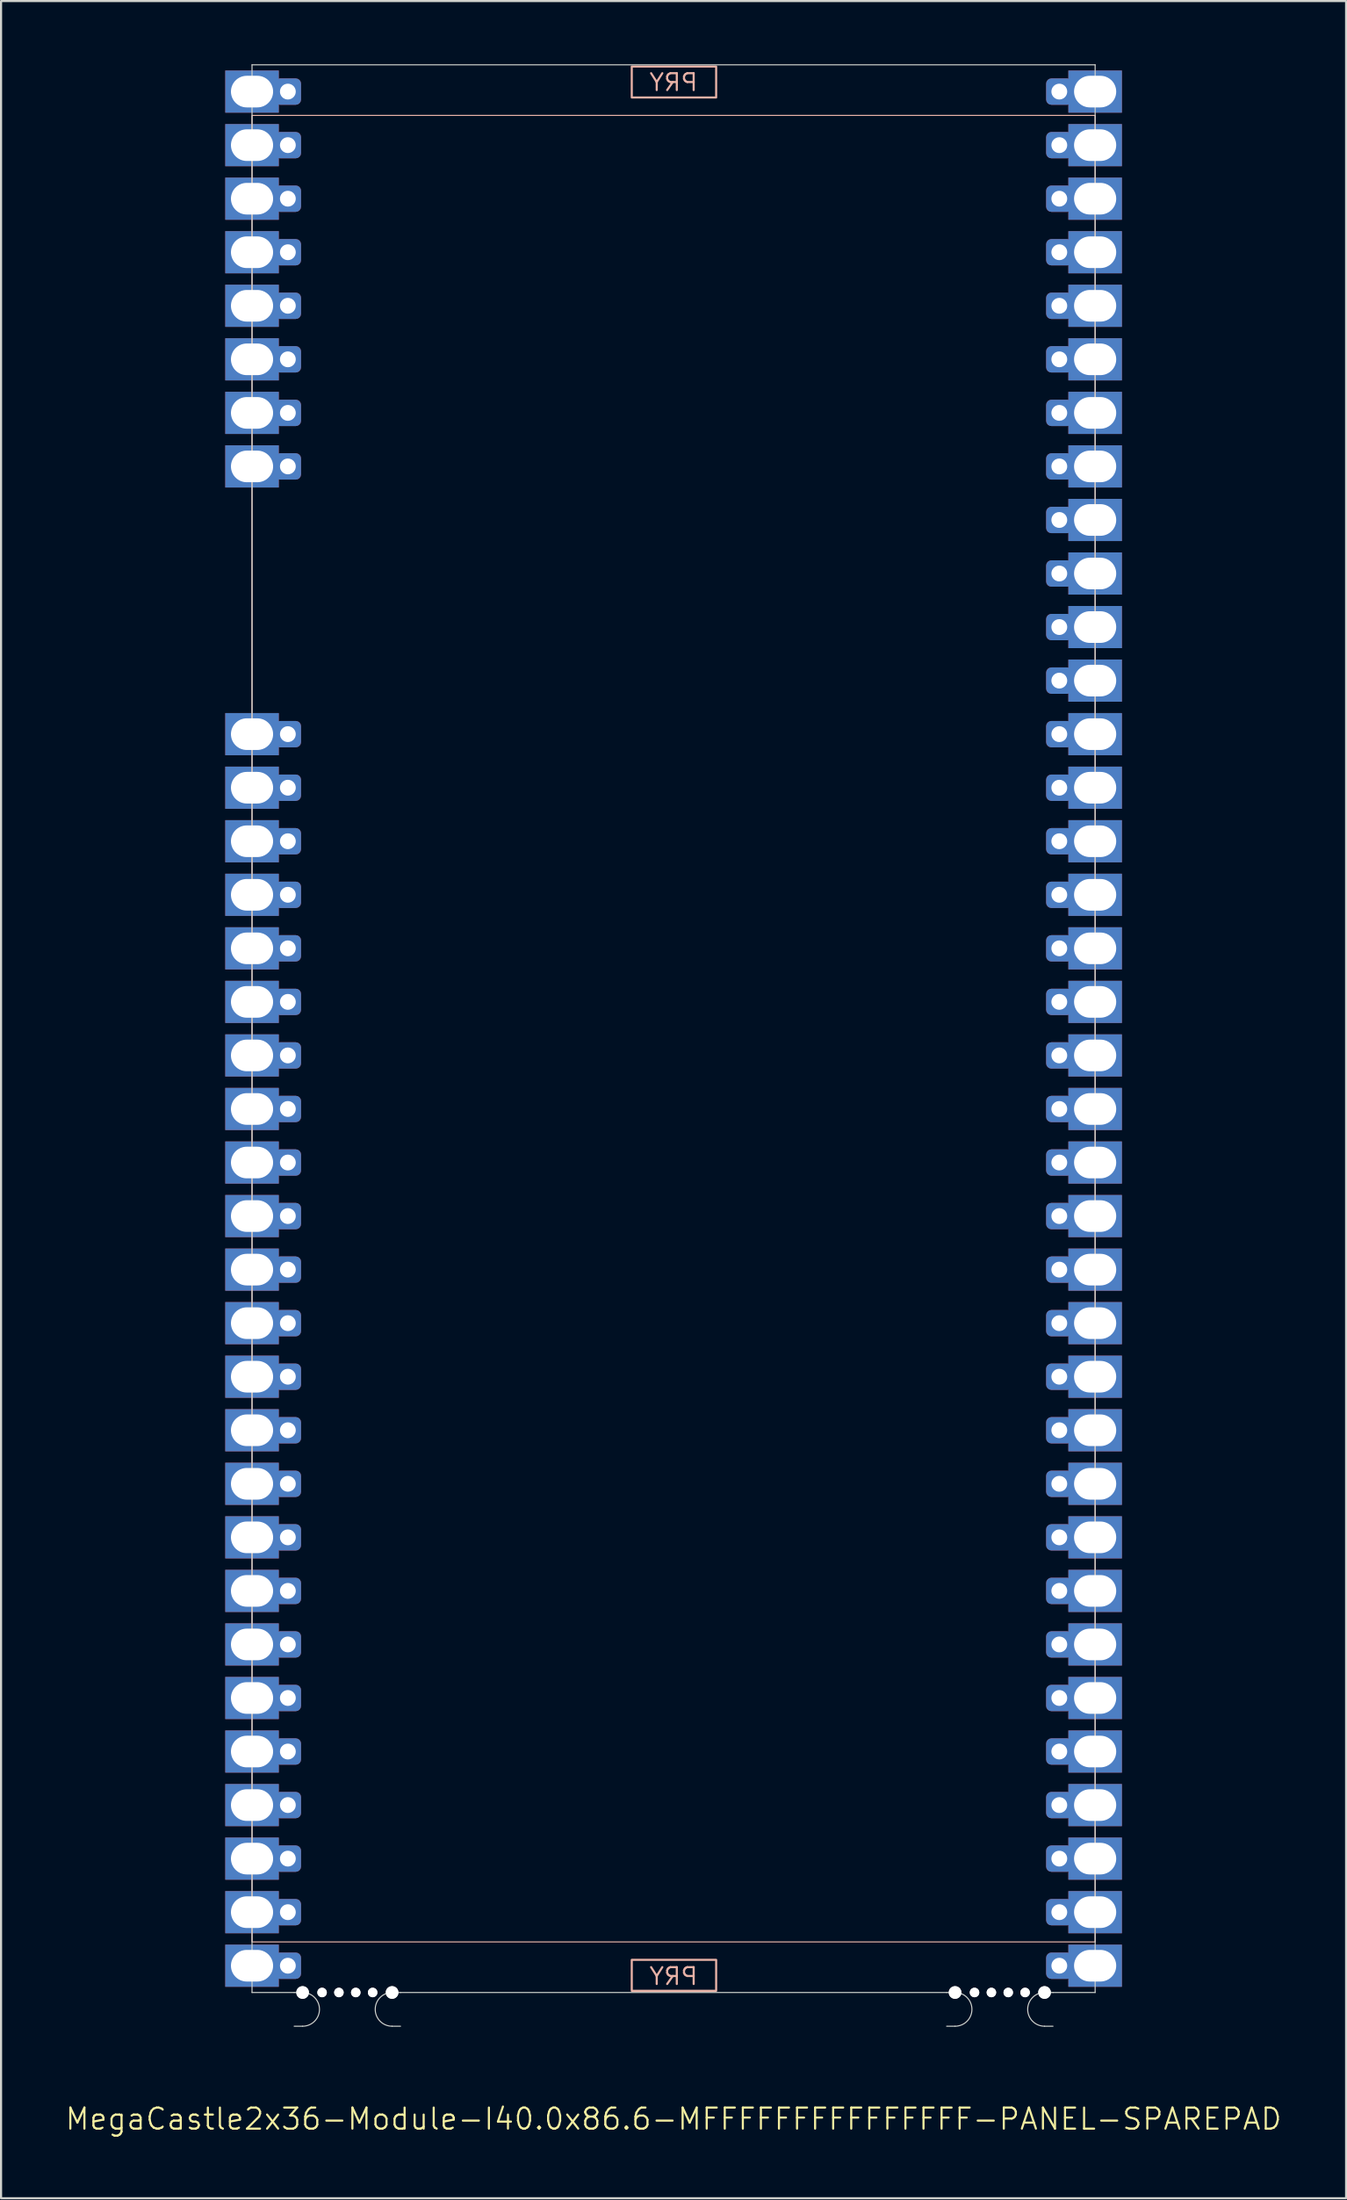
<source format=kicad_pcb>
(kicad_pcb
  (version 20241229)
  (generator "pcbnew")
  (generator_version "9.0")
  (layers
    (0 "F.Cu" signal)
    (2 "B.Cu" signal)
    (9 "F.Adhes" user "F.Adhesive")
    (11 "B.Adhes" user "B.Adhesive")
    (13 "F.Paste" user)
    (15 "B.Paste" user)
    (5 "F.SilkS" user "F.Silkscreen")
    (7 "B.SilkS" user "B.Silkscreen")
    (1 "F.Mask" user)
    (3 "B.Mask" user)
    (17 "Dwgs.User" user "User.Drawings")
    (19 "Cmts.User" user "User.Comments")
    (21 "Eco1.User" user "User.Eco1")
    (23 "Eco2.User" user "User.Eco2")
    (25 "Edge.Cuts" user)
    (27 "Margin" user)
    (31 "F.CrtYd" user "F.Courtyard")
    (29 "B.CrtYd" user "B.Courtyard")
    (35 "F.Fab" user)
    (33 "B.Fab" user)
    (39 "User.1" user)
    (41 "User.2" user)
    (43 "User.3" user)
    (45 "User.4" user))
  (footprint "MegaCastle2x36-Module-I40.0x86.6-MFFFFFFFFFFFFFFF-PANEL-SPAREPAD"
    (layer "F.Cu")
    (at 28.907 45.745)
    (property "Reference" "MegaCastle2x36-Module-I40.0x86.6-MFFFFFFFFFFFFFFF-PANEL-SPAREPAD" (at 0 51.72 0) (unlocked yes) (layer "F.SilkS") (effects (font (size 1 1) (thickness 0.1))))
    (attr smd)
    (fp_rect (start -20 43.32) (end 20 -43.32) (stroke (width 0.05) (type default)) (fill no) (layer "B.SilkS"))
    (fp_rect (start -1.984 -44.171) (end 2.02 -45.64) (stroke (width 0.1) (type default)) (fill no) (layer "B.SilkS"))
    (fp_rect (start -1.984 44.171) (end 2.02 45.64) (stroke (width 0.1) (type default)) (fill no) (layer "B.SilkS"))
    (fp_line (start -20 -45.72) (end -20 45.72) (stroke (width 0.05) (type default)) (layer "Edge.Cuts"))
    (fp_line (start -20 -45.72) (end 20 -45.72) (stroke (width 0.05) (type default)) (layer "Edge.Cuts"))
    (fp_line (start -20 45.72) (end -18 45.72) (stroke (width 0.05) (type default)) (layer "Edge.Cuts"))
    (fp_line (start -18 45.72) (end -17.6 45.72) (stroke (width 0.05) (type default)) (layer "Edge.Cuts"))
    (fp_line (start -18 47.32) (end -17.6 47.32) (stroke (width 0.05) (type default)) (layer "Edge.Cuts"))
    (fp_line (start -12.955 45.72) (end -13.355 45.72) (stroke (width 0.05) (type default)) (layer "Edge.Cuts"))
    (fp_line (start -12.955 45.72) (end 12.955 45.72) (stroke (width 0.05) (type default)) (layer "Edge.Cuts"))
    (fp_line (start -12.955 47.32) (end -13.355 47.32) (stroke (width 0.05) (type default)) (layer "Edge.Cuts"))
    (fp_line (start 12.955 45.72) (end 13.355 45.72) (stroke (width 0.05) (type default)) (layer "Edge.Cuts"))
    (fp_line (start 12.955 47.32) (end 13.355 47.32) (stroke (width 0.05) (type default)) (layer "Edge.Cuts"))
    (fp_line (start 18 45.72) (end 17.6 45.72) (stroke (width 0.05) (type default)) (layer "Edge.Cuts"))
    (fp_line (start 18 45.72) (end 20 45.72) (stroke (width 0.05) (type default)) (layer "Edge.Cuts"))
    (fp_line (start 18 47.32) (end 17.6 47.32) (stroke (width 0.05) (type default)) (layer "Edge.Cuts"))
    (fp_line (start 20 -45.72) (end 20 45.72) (stroke (width 0.05) (type default)) (layer "Edge.Cuts"))
    (fp_arc (start -17.6 45.720001) (mid -16.799999 46.52) (end -17.6 47.32) (stroke (width 0.05) (type default)) (layer "Edge.Cuts"))
    (fp_arc (start -13.355 47.32) (mid -14.154999 46.520001) (end -13.355 45.720001) (stroke (width 0.05) (type default)) (layer "Edge.Cuts"))
    (fp_arc (start 13.355001 45.720001) (mid 14.155002 46.52) (end 13.355001 47.32) (stroke (width 0.05) (type default)) (layer "Edge.Cuts"))
    (fp_arc (start 17.600002 47.32) (mid 16.8 46.52) (end 17.600002 45.720001) (stroke (width 0.05) (type default)) (layer "Edge.Cuts"))
    (fp_text user "PRY" (at 0 -44.42 0) (unlocked yes) (layer "B.SilkS") (effects (font (size 0.8 0.8) (thickness 0.1)) (justify bottom mirror)))
    (fp_text user "PRY" (at 0 45.42 0) (unlocked yes) (layer "B.SilkS") (effects (font (size 0.8 0.8) (thickness 0.1)) (justify bottom mirror)))
    (pad "" np_thru_hole circle (at -17.6 45.72) (size 0.6 0.6) (drill 0.6) (layers "*.Cu" "Edge.Cuts"))
    (pad "" np_thru_hole circle (at -16.677 45.72) (size 0.45 0.45) (drill 0.45) (layers "*.Cu" "Edge.Cuts"))
    (pad "" np_thru_hole circle (at -15.878 45.72) (size 0.45 0.45) (drill 0.45) (layers "*.Cu" "Edge.Cuts"))
    (pad "" np_thru_hole circle (at -15.078 45.72) (size 0.45 0.45) (drill 0.45) (layers "*.Cu" "Edge.Cuts"))
    (pad "" np_thru_hole circle (at -14.277 45.72) (size 0.45 0.45) (drill 0.45) (layers "*.Cu" "Edge.Cuts"))
    (pad "" np_thru_hole circle (at -13.355 45.72) (size 0.6 0.6) (drill 0.6) (layers "*.Cu" "Edge.Cuts"))
    (pad "" np_thru_hole circle (at 13.355 45.72) (size 0.6 0.6) (drill 0.6) (layers "*.Cu" "Edge.Cuts"))
    (pad "" np_thru_hole circle (at 14.278 45.72) (size 0.45 0.45) (drill 0.45) (layers "*.Cu" "Edge.Cuts"))
    (pad "" np_thru_hole circle (at 15.078 45.72) (size 0.45 0.45) (drill 0.45) (layers "*.Cu" "Edge.Cuts"))
    (pad "" np_thru_hole circle (at 15.878 45.72) (size 0.45 0.45) (drill 0.45) (layers "*.Cu" "Edge.Cuts"))
    (pad "" np_thru_hole circle (at 16.678 45.72) (size 0.45 0.45) (drill 0.45) (layers "*.Cu" "Edge.Cuts"))
    (pad "" np_thru_hole circle (at 17.6 45.72) (size 0.6 0.6) (drill 0.6) (layers "*.Cu" "Edge.Cuts"))
    (pad "1" thru_hole rect (at -20 -44.45) (size 2.54 2) (drill oval 2 1.5) (property pad_prop_castellated) (layers "*.Cu" "*.Mask"))
    (pad "1" thru_hole roundrect (at -18.3 -44.45 180) (size 1.25 1.25) (drill 0.75) (layers "*.Cu" "*.Mask") (roundrect_rratio 0.2))
    (pad "2" thru_hole rect (at -20 -41.91) (size 2.54 2) (drill oval 2 1.5) (property pad_prop_castellated) (layers "*.Cu" "*.Mask"))
    (pad "2" thru_hole roundrect (at -18.3 -41.91 180) (size 1.25 1.25) (drill 0.75) (layers "*.Cu" "*.Mask") (roundrect_rratio 0.2))
    (pad "3" thru_hole rect (at -20 -39.37) (size 2.54 2) (drill oval 2 1.5) (property pad_prop_castellated) (layers "*.Cu" "*.Mask"))
    (pad "3" thru_hole roundrect (at -18.3 -39.37 180) (size 1.25 1.25) (drill 0.75) (layers "*.Cu" "*.Mask") (roundrect_rratio 0.2))
    (pad "4" thru_hole rect (at -20 -36.83) (size 2.54 2) (drill oval 2 1.5) (property pad_prop_castellated) (layers "*.Cu" "*.Mask"))
    (pad "4" thru_hole roundrect (at -18.3 -36.83 180) (size 1.25 1.25) (drill 0.75) (layers "*.Cu" "*.Mask") (roundrect_rratio 0.2))
    (pad "5" thru_hole rect (at -20 -34.29) (size 2.54 2) (drill oval 2 1.5) (property pad_prop_castellated) (layers "*.Cu" "*.Mask"))
    (pad "5" thru_hole roundrect (at -18.3 -34.29 180) (size 1.25 1.25) (drill 0.75) (layers "*.Cu" "*.Mask") (roundrect_rratio 0.2))
    (pad "6" thru_hole rect (at -20 -31.75) (size 2.54 2) (drill oval 2 1.5) (property pad_prop_castellated) (layers "*.Cu" "*.Mask"))
    (pad "6" thru_hole roundrect (at -18.3 -31.75 180) (size 1.25 1.25) (drill 0.75) (layers "*.Cu" "*.Mask") (roundrect_rratio 0.2))
    (pad "7" thru_hole rect (at -20 -29.21) (size 2.54 2) (drill oval 2 1.5) (property pad_prop_castellated) (layers "*.Cu" "*.Mask"))
    (pad "7" thru_hole roundrect (at -18.3 -29.21 180) (size 1.25 1.25) (drill 0.75) (layers "*.Cu" "*.Mask") (roundrect_rratio 0.2))
    (pad "8" thru_hole rect (at -20 -26.67) (size 2.54 2) (drill oval 2 1.5) (property pad_prop_castellated) (layers "*.Cu" "*.Mask"))
    (pad "8" thru_hole roundrect (at -18.3 -26.67 180) (size 1.25 1.25) (drill 0.75) (layers "*.Cu" "*.Mask") (roundrect_rratio 0.2))
    (pad "13" thru_hole rect (at -20 -13.97) (size 2.54 2) (drill oval 2 1.5) (property pad_prop_castellated) (layers "*.Cu" "*.Mask"))
    (pad "13" thru_hole roundrect (at -18.3 -13.97 180) (size 1.25 1.25) (drill 0.75) (layers "*.Cu" "*.Mask") (roundrect_rratio 0.2))
    (pad "14" thru_hole rect (at -20 -11.43) (size 2.54 2) (drill oval 2 1.5) (property pad_prop_castellated) (layers "*.Cu" "*.Mask"))
    (pad "14" thru_hole roundrect (at -18.3 -11.43 180) (size 1.25 1.25) (drill 0.75) (layers "*.Cu" "*.Mask") (roundrect_rratio 0.2))
    (pad "15" thru_hole rect (at -20 -8.89) (size 2.54 2) (drill oval 2 1.5) (property pad_prop_castellated) (layers "*.Cu" "*.Mask"))
    (pad "15" thru_hole roundrect (at -18.3 -8.89 180) (size 1.25 1.25) (drill 0.75) (layers "*.Cu" "*.Mask") (roundrect_rratio 0.2))
    (pad "16" thru_hole rect (at -20 -6.35) (size 2.54 2) (drill oval 2 1.5) (property pad_prop_castellated) (layers "*.Cu" "*.Mask"))
    (pad "16" thru_hole roundrect (at -18.3 -6.35 180) (size 1.25 1.25) (drill 0.75) (layers "*.Cu" "*.Mask") (roundrect_rratio 0.2))
    (pad "17" thru_hole rect (at -20 -3.81) (size 2.54 2) (drill oval 2 1.5) (property pad_prop_castellated) (layers "*.Cu" "*.Mask"))
    (pad "17" thru_hole roundrect (at -18.3 -3.81 180) (size 1.25 1.25) (drill 0.75) (layers "*.Cu" "*.Mask") (roundrect_rratio 0.2))
    (pad "18" thru_hole rect (at -20 -1.27) (size 2.54 2) (drill oval 2 1.5) (property pad_prop_castellated) (layers "*.Cu" "*.Mask"))
    (pad "18" thru_hole roundrect (at -18.3 -1.27 180) (size 1.25 1.25) (drill 0.75) (layers "*.Cu" "*.Mask") (roundrect_rratio 0.2))
    (pad "19" thru_hole rect (at -20 1.27) (size 2.54 2) (drill oval 2 1.5) (property pad_prop_castellated) (layers "*.Cu" "*.Mask"))
    (pad "19" thru_hole roundrect (at -18.3 1.27 180) (size 1.25 1.25) (drill 0.75) (layers "*.Cu" "*.Mask") (roundrect_rratio 0.2))
    (pad "20" thru_hole rect (at -20 3.81) (size 2.54 2) (drill oval 2 1.5) (property pad_prop_castellated) (layers "*.Cu" "*.Mask"))
    (pad "20" thru_hole roundrect (at -18.3 3.81 180) (size 1.25 1.25) (drill 0.75) (layers "*.Cu" "*.Mask") (roundrect_rratio 0.2))
    (pad "21" thru_hole rect (at -20 6.35) (size 2.54 2) (drill oval 2 1.5) (property pad_prop_castellated) (layers "*.Cu" "*.Mask"))
    (pad "21" thru_hole roundrect (at -18.3 6.35 180) (size 1.25 1.25) (drill 0.75) (layers "*.Cu" "*.Mask") (roundrect_rratio 0.2))
    (pad "22" thru_hole rect (at -20 8.89) (size 2.54 2) (drill oval 2 1.5) (property pad_prop_castellated) (layers "*.Cu" "*.Mask"))
    (pad "22" thru_hole roundrect (at -18.3 8.89 180) (size 1.25 1.25) (drill 0.75) (layers "*.Cu" "*.Mask") (roundrect_rratio 0.2))
    (pad "23" thru_hole rect (at -20 11.43) (size 2.54 2) (drill oval 2 1.5) (property pad_prop_castellated) (layers "*.Cu" "*.Mask"))
    (pad "23" thru_hole roundrect (at -18.3 11.43 180) (size 1.25 1.25) (drill 0.75) (layers "*.Cu" "*.Mask") (roundrect_rratio 0.2))
    (pad "24" thru_hole rect (at -20 13.97) (size 2.54 2) (drill oval 2 1.5) (property pad_prop_castellated) (layers "*.Cu" "*.Mask"))
    (pad "24" thru_hole roundrect (at -18.3 13.97 180) (size 1.25 1.25) (drill 0.75) (layers "*.Cu" "*.Mask") (roundrect_rratio 0.2))
    (pad "25" thru_hole rect (at -20 16.51) (size 2.54 2) (drill oval 2 1.5) (property pad_prop_castellated) (layers "*.Cu" "*.Mask"))
    (pad "25" thru_hole roundrect (at -18.3 16.51 180) (size 1.25 1.25) (drill 0.75) (layers "*.Cu" "*.Mask") (roundrect_rratio 0.2))
    (pad "26" thru_hole rect (at -20 19.05) (size 2.54 2) (drill oval 2 1.5) (property pad_prop_castellated) (layers "*.Cu" "*.Mask"))
    (pad "26" thru_hole roundrect (at -18.3 19.05 180) (size 1.25 1.25) (drill 0.75) (layers "*.Cu" "*.Mask") (roundrect_rratio 0.2))
    (pad "27" thru_hole rect (at -20 21.59) (size 2.54 2) (drill oval 2 1.5) (property pad_prop_castellated) (layers "*.Cu" "*.Mask"))
    (pad "27" thru_hole roundrect (at -18.3 21.59 180) (size 1.25 1.25) (drill 0.75) (layers "*.Cu" "*.Mask") (roundrect_rratio 0.2))
    (pad "28" thru_hole rect (at -20 24.13) (size 2.54 2) (drill oval 2 1.5) (property pad_prop_castellated) (layers "*.Cu" "*.Mask"))
    (pad "28" thru_hole roundrect (at -18.3 24.13 180) (size 1.25 1.25) (drill 0.75) (layers "*.Cu" "*.Mask") (roundrect_rratio 0.2))
    (pad "29" thru_hole rect (at -20 26.67) (size 2.54 2) (drill oval 2 1.5) (property pad_prop_castellated) (layers "*.Cu" "*.Mask"))
    (pad "29" thru_hole roundrect (at -18.3 26.67 180) (size 1.25 1.25) (drill 0.75) (layers "*.Cu" "*.Mask") (roundrect_rratio 0.2))
    (pad "30" thru_hole rect (at -20 29.21) (size 2.54 2) (drill oval 2 1.5) (property pad_prop_castellated) (layers "*.Cu" "*.Mask"))
    (pad "30" thru_hole roundrect (at -18.3 29.21 180) (size 1.25 1.25) (drill 0.75) (layers "*.Cu" "*.Mask") (roundrect_rratio 0.2))
    (pad "31" thru_hole rect (at -20 31.75) (size 2.54 2) (drill oval 2 1.5) (property pad_prop_castellated) (layers "*.Cu" "*.Mask"))
    (pad "31" thru_hole roundrect (at -18.3 31.75 180) (size 1.25 1.25) (drill 0.75) (layers "*.Cu" "*.Mask") (roundrect_rratio 0.2))
    (pad "32" thru_hole rect (at -20 34.29) (size 2.54 2) (drill oval 2 1.5) (property pad_prop_castellated) (layers "*.Cu" "*.Mask"))
    (pad "32" thru_hole roundrect (at -18.3 34.29 180) (size 1.25 1.25) (drill 0.75) (layers "*.Cu" "*.Mask") (roundrect_rratio 0.2))
    (pad "33" thru_hole rect (at -20 36.83) (size 2.54 2) (drill oval 2 1.5) (property pad_prop_castellated) (layers "*.Cu" "*.Mask"))
    (pad "33" thru_hole roundrect (at -18.3 36.83 180) (size 1.25 1.25) (drill 0.75) (layers "*.Cu" "*.Mask") (roundrect_rratio 0.2))
    (pad "34" thru_hole rect (at -20 39.37) (size 2.54 2) (drill oval 2 1.5) (property pad_prop_castellated) (layers "*.Cu" "*.Mask"))
    (pad "34" thru_hole roundrect (at -18.3 39.37 180) (size 1.25 1.25) (drill 0.75) (layers "*.Cu" "*.Mask") (roundrect_rratio 0.2))
    (pad "35" thru_hole rect (at -20 41.91) (size 2.54 2) (drill oval 2 1.5) (property pad_prop_castellated) (layers "*.Cu" "*.Mask"))
    (pad "35" thru_hole roundrect (at -18.3 41.91 180) (size 1.25 1.25) (drill 0.75) (layers "*.Cu" "*.Mask") (roundrect_rratio 0.2))
    (pad "36" thru_hole rect (at -20 44.45) (size 2.54 2) (drill oval 2 1.5) (property pad_prop_castellated) (layers "*.Cu" "*.Mask"))
    (pad "36" thru_hole roundrect (at -18.3 44.45 180) (size 1.25 1.25) (drill 0.75) (layers "*.Cu" "*.Mask") (roundrect_rratio 0.2))
    (pad "37" thru_hole roundrect (at 18.3 -44.45 180) (size 1.25 1.25) (drill 0.75) (layers "*.Cu" "*.Mask") (roundrect_rratio 0.2))
    (pad "37" thru_hole rect (at 20 -44.45) (size 2.54 2) (drill oval 2 1.5) (property pad_prop_castellated) (layers "*.Cu" "*.Mask"))
    (pad "38" thru_hole roundrect (at 18.3 -41.91 180) (size 1.25 1.25) (drill 0.75) (layers "*.Cu" "*.Mask") (roundrect_rratio 0.2))
    (pad "38" thru_hole rect (at 20 -41.91) (size 2.54 2) (drill oval 2 1.5) (property pad_prop_castellated) (layers "*.Cu" "*.Mask"))
    (pad "39" thru_hole roundrect (at 18.3 -39.37 180) (size 1.25 1.25) (drill 0.75) (layers "*.Cu" "*.Mask") (roundrect_rratio 0.2))
    (pad "39" thru_hole rect (at 20 -39.37) (size 2.54 2) (drill oval 2 1.5) (property pad_prop_castellated) (layers "*.Cu" "*.Mask"))
    (pad "40" thru_hole roundrect (at 18.3 -36.83 180) (size 1.25 1.25) (drill 0.75) (layers "*.Cu" "*.Mask") (roundrect_rratio 0.2))
    (pad "40" thru_hole rect (at 20 -36.83) (size 2.54 2) (drill oval 2 1.5) (property pad_prop_castellated) (layers "*.Cu" "*.Mask"))
    (pad "41" thru_hole roundrect (at 18.3 -34.29 180) (size 1.25 1.25) (drill 0.75) (layers "*.Cu" "*.Mask") (roundrect_rratio 0.2))
    (pad "41" thru_hole rect (at 20 -34.29) (size 2.54 2) (drill oval 2 1.5) (property pad_prop_castellated) (layers "*.Cu" "*.Mask"))
    (pad "42" thru_hole roundrect (at 18.3 -31.75 180) (size 1.25 1.25) (drill 0.75) (layers "*.Cu" "*.Mask") (roundrect_rratio 0.2))
    (pad "42" thru_hole rect (at 20 -31.75) (size 2.54 2) (drill oval 2 1.5) (property pad_prop_castellated) (layers "*.Cu" "*.Mask"))
    (pad "43" thru_hole roundrect (at 18.3 -29.21 180) (size 1.25 1.25) (drill 0.75) (layers "*.Cu" "*.Mask") (roundrect_rratio 0.2))
    (pad "43" thru_hole rect (at 20 -29.21) (size 2.54 2) (drill oval 2 1.5) (property pad_prop_castellated) (layers "*.Cu" "*.Mask"))
    (pad "44" thru_hole roundrect (at 18.3 -26.67 180) (size 1.25 1.25) (drill 0.75) (layers "*.Cu" "*.Mask") (roundrect_rratio 0.2))
    (pad "44" thru_hole rect (at 20 -26.67) (size 2.54 2) (drill oval 2 1.5) (property pad_prop_castellated) (layers "*.Cu" "*.Mask"))
    (pad "45" thru_hole roundrect (at 18.3 -24.13 180) (size 1.25 1.25) (drill 0.75) (layers "*.Cu" "*.Mask") (roundrect_rratio 0.2))
    (pad "45" thru_hole rect (at 20 -24.13) (size 2.54 2) (drill oval 2 1.5) (property pad_prop_castellated) (layers "*.Cu" "*.Mask"))
    (pad "46" thru_hole roundrect (at 18.3 -21.59 180) (size 1.25 1.25) (drill 0.75) (layers "*.Cu" "*.Mask") (roundrect_rratio 0.2))
    (pad "46" thru_hole rect (at 20 -21.59) (size 2.54 2) (drill oval 2 1.5) (property pad_prop_castellated) (layers "*.Cu" "*.Mask"))
    (pad "47" thru_hole roundrect (at 18.3 -19.05 180) (size 1.25 1.25) (drill 0.75) (layers "*.Cu" "*.Mask") (roundrect_rratio 0.2))
    (pad "47" thru_hole rect (at 20 -19.05) (size 2.54 2) (drill oval 2 1.5) (property pad_prop_castellated) (layers "*.Cu" "*.Mask"))
    (pad "48" thru_hole roundrect (at 18.3 -16.51 180) (size 1.25 1.25) (drill 0.75) (layers "*.Cu" "*.Mask") (roundrect_rratio 0.2))
    (pad "48" thru_hole rect (at 20 -16.51) (size 2.54 2) (drill oval 2 1.5) (property pad_prop_castellated) (layers "*.Cu" "*.Mask"))
    (pad "49" thru_hole roundrect (at 18.3 -13.97 180) (size 1.25 1.25) (drill 0.75) (layers "*.Cu" "*.Mask") (roundrect_rratio 0.2))
    (pad "49" thru_hole rect (at 20 -13.97) (size 2.54 2) (drill oval 2 1.5) (property pad_prop_castellated) (layers "*.Cu" "*.Mask"))
    (pad "50" thru_hole roundrect (at 18.3 -11.43 180) (size 1.25 1.25) (drill 0.75) (layers "*.Cu" "*.Mask") (roundrect_rratio 0.2))
    (pad "50" thru_hole rect (at 20 -11.43) (size 2.54 2) (drill oval 2 1.5) (property pad_prop_castellated) (layers "*.Cu" "*.Mask"))
    (pad "51" thru_hole roundrect (at 18.3 -8.89 180) (size 1.25 1.25) (drill 0.75) (layers "*.Cu" "*.Mask") (roundrect_rratio 0.2))
    (pad "51" thru_hole rect (at 20 -8.89) (size 2.54 2) (drill oval 2 1.5) (property pad_prop_castellated) (layers "*.Cu" "*.Mask"))
    (pad "52" thru_hole roundrect (at 18.3 -6.35 180) (size 1.25 1.25) (drill 0.75) (layers "*.Cu" "*.Mask") (roundrect_rratio 0.2))
    (pad "52" thru_hole rect (at 20 -6.35) (size 2.54 2) (drill oval 2 1.5) (property pad_prop_castellated) (layers "*.Cu" "*.Mask"))
    (pad "53" thru_hole roundrect (at 18.3 -3.81 180) (size 1.25 1.25) (drill 0.75) (layers "*.Cu" "*.Mask") (roundrect_rratio 0.2))
    (pad "53" thru_hole rect (at 20 -3.81) (size 2.54 2) (drill oval 2 1.5) (property pad_prop_castellated) (layers "*.Cu" "*.Mask"))
    (pad "54" thru_hole roundrect (at 18.3 -1.27 180) (size 1.25 1.25) (drill 0.75) (layers "*.Cu" "*.Mask") (roundrect_rratio 0.2))
    (pad "54" thru_hole rect (at 20 -1.27) (size 2.54 2) (drill oval 2 1.5) (property pad_prop_castellated) (layers "*.Cu" "*.Mask"))
    (pad "55" thru_hole roundrect (at 18.3 1.27 180) (size 1.25 1.25) (drill 0.75) (layers "*.Cu" "*.Mask") (roundrect_rratio 0.2))
    (pad "55" thru_hole rect (at 20 1.27) (size 2.54 2) (drill oval 2 1.5) (property pad_prop_castellated) (layers "*.Cu" "*.Mask"))
    (pad "56" thru_hole roundrect (at 18.3 3.81 180) (size 1.25 1.25) (drill 0.75) (layers "*.Cu" "*.Mask") (roundrect_rratio 0.2))
    (pad "56" thru_hole rect (at 20 3.81) (size 2.54 2) (drill oval 2 1.5) (property pad_prop_castellated) (layers "*.Cu" "*.Mask"))
    (pad "57" thru_hole roundrect (at 18.3 6.35 180) (size 1.25 1.25) (drill 0.75) (layers "*.Cu" "*.Mask") (roundrect_rratio 0.2))
    (pad "57" thru_hole rect (at 20 6.35) (size 2.54 2) (drill oval 2 1.5) (property pad_prop_castellated) (layers "*.Cu" "*.Mask"))
    (pad "58" thru_hole roundrect (at 18.3 8.89 180) (size 1.25 1.25) (drill 0.75) (layers "*.Cu" "*.Mask") (roundrect_rratio 0.2))
    (pad "58" thru_hole rect (at 20 8.89) (size 2.54 2) (drill oval 2 1.5) (property pad_prop_castellated) (layers "*.Cu" "*.Mask"))
    (pad "59" thru_hole roundrect (at 18.3 11.43 180) (size 1.25 1.25) (drill 0.75) (layers "*.Cu" "*.Mask") (roundrect_rratio 0.2))
    (pad "59" thru_hole rect (at 20 11.43) (size 2.54 2) (drill oval 2 1.5) (property pad_prop_castellated) (layers "*.Cu" "*.Mask"))
    (pad "60" thru_hole roundrect (at 18.3 13.97 180) (size 1.25 1.25) (drill 0.75) (layers "*.Cu" "*.Mask") (roundrect_rratio 0.2))
    (pad "60" thru_hole rect (at 20 13.97) (size 2.54 2) (drill oval 2 1.5) (property pad_prop_castellated) (layers "*.Cu" "*.Mask"))
    (pad "61" thru_hole roundrect (at 18.3 16.51 180) (size 1.25 1.25) (drill 0.75) (layers "*.Cu" "*.Mask") (roundrect_rratio 0.2))
    (pad "61" thru_hole rect (at 20 16.51) (size 2.54 2) (drill oval 2 1.5) (property pad_prop_castellated) (layers "*.Cu" "*.Mask"))
    (pad "62" thru_hole roundrect (at 18.3 19.05 180) (size 1.25 1.25) (drill 0.75) (layers "*.Cu" "*.Mask") (roundrect_rratio 0.2))
    (pad "62" thru_hole rect (at 20 19.05) (size 2.54 2) (drill oval 2 1.5) (property pad_prop_castellated) (layers "*.Cu" "*.Mask"))
    (pad "63" thru_hole roundrect (at 18.3 21.59 180) (size 1.25 1.25) (drill 0.75) (layers "*.Cu" "*.Mask") (roundrect_rratio 0.2))
    (pad "63" thru_hole rect (at 20 21.59) (size 2.54 2) (drill oval 2 1.5) (property pad_prop_castellated) (layers "*.Cu" "*.Mask"))
    (pad "64" thru_hole roundrect (at 18.3 24.13 180) (size 1.25 1.25) (drill 0.75) (layers "*.Cu" "*.Mask") (roundrect_rratio 0.2))
    (pad "64" thru_hole rect (at 20 24.13) (size 2.54 2) (drill oval 2 1.5) (property pad_prop_castellated) (layers "*.Cu" "*.Mask"))
    (pad "65" thru_hole roundrect (at 18.3 26.67 180) (size 1.25 1.25) (drill 0.75) (layers "*.Cu" "*.Mask") (roundrect_rratio 0.2))
    (pad "65" thru_hole rect (at 20 26.67) (size 2.54 2) (drill oval 2 1.5) (property pad_prop_castellated) (layers "*.Cu" "*.Mask"))
    (pad "66" thru_hole roundrect (at 18.3 29.21 180) (size 1.25 1.25) (drill 0.75) (layers "*.Cu" "*.Mask") (roundrect_rratio 0.2))
    (pad "66" thru_hole rect (at 20 29.21) (size 2.54 2) (drill oval 2 1.5) (property pad_prop_castellated) (layers "*.Cu" "*.Mask"))
    (pad "67" thru_hole roundrect (at 18.3 31.75 180) (size 1.25 1.25) (drill 0.75) (layers "*.Cu" "*.Mask") (roundrect_rratio 0.2))
    (pad "67" thru_hole rect (at 20 31.75) (size 2.54 2) (drill oval 2 1.5) (property pad_prop_castellated) (layers "*.Cu" "*.Mask"))
    (pad "68" thru_hole roundrect (at 18.3 34.29 180) (size 1.25 1.25) (drill 0.75) (layers "*.Cu" "*.Mask") (roundrect_rratio 0.2))
    (pad "68" thru_hole rect (at 20 34.29) (size 2.54 2) (drill oval 2 1.5) (property pad_prop_castellated) (layers "*.Cu" "*.Mask"))
    (pad "69" thru_hole roundrect (at 18.3 36.83 180) (size 1.25 1.25) (drill 0.75) (layers "*.Cu" "*.Mask") (roundrect_rratio 0.2))
    (pad "69" thru_hole rect (at 20 36.83) (size 2.54 2) (drill oval 2 1.5) (property pad_prop_castellated) (layers "*.Cu" "*.Mask"))
    (pad "70" thru_hole roundrect (at 18.3 39.37 180) (size 1.25 1.25) (drill 0.75) (layers "*.Cu" "*.Mask") (roundrect_rratio 0.2))
    (pad "70" thru_hole rect (at 20 39.37) (size 2.54 2) (drill oval 2 1.5) (property pad_prop_castellated) (layers "*.Cu" "*.Mask"))
    (pad "71" thru_hole roundrect (at 18.3 41.91 180) (size 1.25 1.25) (drill 0.75) (layers "*.Cu" "*.Mask") (roundrect_rratio 0.2))
    (pad "71" thru_hole rect (at 20 41.91) (size 2.54 2) (drill oval 2 1.5) (property pad_prop_castellated) (layers "*.Cu" "*.Mask"))
    (pad "72" thru_hole roundrect (at 18.3 44.45 180) (size 1.25 1.25) (drill 0.75) (layers "*.Cu" "*.Mask") (roundrect_rratio 0.2))
    (pad "72" thru_hole rect (at 20 44.45) (size 2.54 2) (drill oval 2 1.5) (property pad_prop_castellated) (layers "*.Cu" "*.Mask"))
    (zone (net_name "") (layer "B.Cu") (hatch edge 0.5) (connect_pads) (min_thickness 0.25) (filled_areas_thickness no) (keepout (tracks allowed) (vias allowed) (pads allowed) (copperpour allowed) (footprints not_allowed)) (placement (enabled no)) (fill) (polygon (pts (xy 8.907 91.465) (xy 8.907 0.025))))
    (zone (net_name "") (layer "B.Cu") (hatch edge 0.5) (connect_pads) (min_thickness 0.25) (filled_areas_thickness no) (keepout (tracks allowed) (vias allowed) (pads allowed) (copperpour allowed) (footprints not_allowed)) (placement (enabled no)) (fill) (polygon (pts (xy 48.907 91.465) (xy 48.907 0.025))))
    (zone (net_name "") (layer "B.Cu") (hatch edge 0.5) (connect_pads) (min_thickness 0.25) (filled_areas_thickness no) (keepout (tracks allowed) (vias allowed) (pads allowed) (copperpour allowed) (footprints not_allowed)) (placement (enabled no)) (fill) (polygon (pts (xy 8.907 0.025) (xy 8.907 2.425) (xy 48.907 2.425) (xy 48.907 0.025))))
    (zone (net_name "") (layer "B.Cu") (hatch edge 0.5) (connect_pads) (min_thickness 0.25) (filled_areas_thickness no) (keepout (tracks allowed) (vias allowed) (pads allowed) (copperpour allowed) (footprints not_allowed)) (placement (enabled no)) (fill) (polygon (pts (xy 8.907 91.465) (xy 8.907 89.065) (xy 48.907 89.065) (xy 48.907 91.465))))
    (zone (net_name "") (layer "B.Cu") (name "Upper Pry Zone") (hatch edge 0.5) (connect_pads) (min_thickness 0.25) (filled_areas_thickness no) (keepout (tracks not_allowed) (vias not_allowed) (pads not_allowed) (copperpour allowed) (footprints not_allowed)) (placement (enabled no)) (fill) (polygon (pts (xy 26.923 1.574) (xy 26.923 0.105) (xy 30.927 0.105) (xy 30.927 1.574))))
    (zone (net_name "") (layer "B.Cu") (name "Upper Pry Zone") (hatch edge 0.5) (connect_pads) (min_thickness 0.25) (filled_areas_thickness no) (keepout (tracks not_allowed) (vias not_allowed) (pads not_allowed) (copperpour allowed) (footprints not_allowed)) (placement (enabled no)) (fill) (polygon (pts (xy 26.923 89.916) (xy 26.923 91.385) (xy 30.927 91.385) (xy 30.927 89.916)))))
  (gr_rect
    (start -3 -3)
    (end 60.814 101.226)
    (stroke (width 0.1) (type default))
    (fill no)
    (layer "Edge.Cuts")))
</source>
